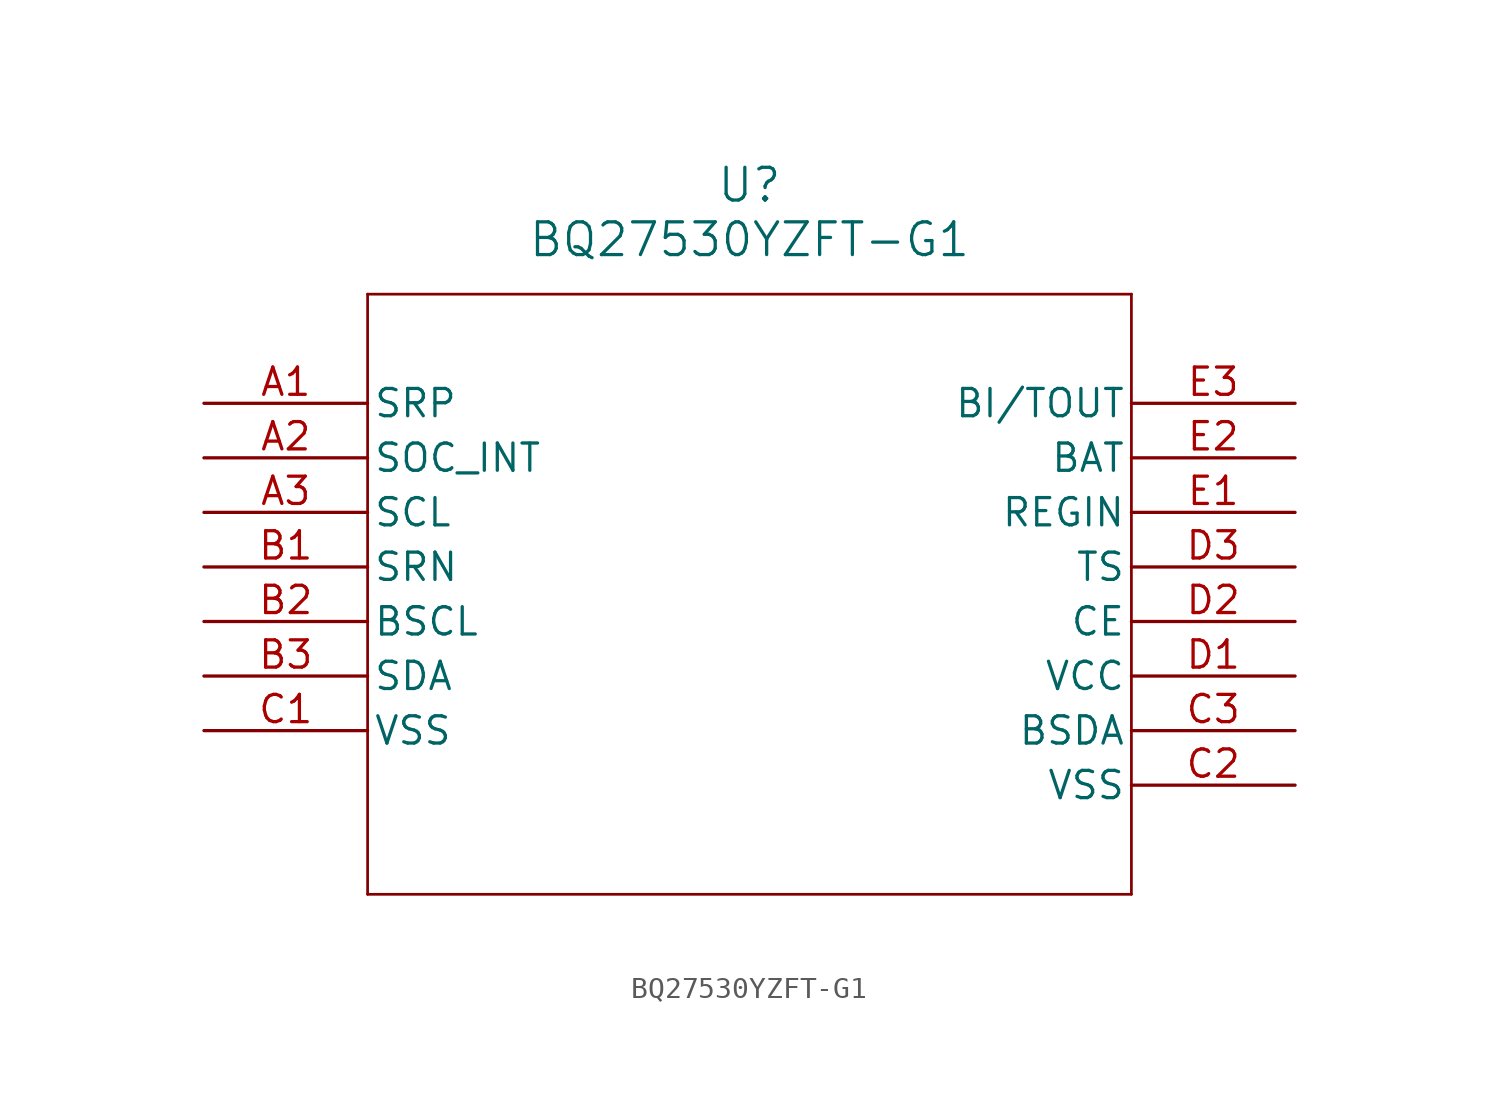
<source format=kicad_sym>
(kicad_symbol_lib
  (version 20211014)
  (generator kicad_symbol_editor)
  (symbol "BQ27530YZFT-G1"
    (pin_names
      (offset 0.254))
    (property "Reference" "U"
      (at 25.4 10.16 0)
      (effects (font (size 1.524 1.524))))
    (property "Value" "BQ27530YZFT-G1"
      (at 25.4 7.62 0)
      (effects (font (size 1.524 1.524))))
    (symbol "BQ27530YZFT-G1_0_1"
      (polyline (pts (xy 7.62 5.08) (xy 7.62 -22.86)) (stroke (width 0.127) (type default) (color 0 0 0 0)) (fill (type none)))
      (polyline (pts (xy 7.62 -22.86) (xy 43.18 -22.86)) (stroke (width 0.127) (type default) (color 0 0 0 0)) (fill (type none)))
      (polyline (pts (xy 43.18 -22.86) (xy 43.18 5.08)) (stroke (width 0.127) (type default) (color 0 0 0 0)) (fill (type none)))
      (polyline (pts (xy 43.18 5.08) (xy 7.62 5.08)) (stroke (width 0.127) (type default) (color 0 0 0 0)) (fill (type none)))
      (pin input line (at 0 0 0) (length 7.62) (name "SRP" (effects (font (size 1.27 1.27)))) (number "A1" (effects (font (size 1.27 1.27)))))
      (pin bidirectional line (at 0 -2.54 0) (length 7.62) (name "SOC_INT" (effects (font (size 1.27 1.27)))) (number "A2" (effects (font (size 1.27 1.27)))))
      (pin input line (at 0 -5.08 0) (length 7.62) (name "SCL" (effects (font (size 1.27 1.27)))) (number "A3" (effects (font (size 1.27 1.27)))))
      (pin input line (at 0 -7.62 0) (length 7.62) (name "SRN" (effects (font (size 1.27 1.27)))) (number "B1" (effects (font (size 1.27 1.27)))))
      (pin output line (at 0 -10.16 0) (length 7.62) (name "BSCL" (effects (font (size 1.27 1.27)))) (number "B2" (effects (font (size 1.27 1.27)))))
      (pin bidirectional line (at 0 -12.7 0) (length 7.62) (name "SDA" (effects (font (size 1.27 1.27)))) (number "B3" (effects (font (size 1.27 1.27)))))
      (pin power_in line (at 0 -15.24 0) (length 7.62) (name "VSS" (effects (font (size 1.27 1.27)))) (number "C1" (effects (font (size 1.27 1.27)))))
      (pin power_in line (at 50.8 -17.78 180) (length 7.62) (name "VSS" (effects (font (size 1.27 1.27)))) (number "C2" (effects (font (size 1.27 1.27)))))
      (pin bidirectional line (at 50.8 -15.24 180) (length 7.62) (name "BSDA" (effects (font (size 1.27 1.27)))) (number "C3" (effects (font (size 1.27 1.27)))))
      (pin power_in line (at 50.8 -12.7 180) (length 7.62) (name "VCC" (effects (font (size 1.27 1.27)))) (number "D1" (effects (font (size 1.27 1.27)))))
      (pin input line (at 50.8 -10.16 180) (length 7.62) (name "CE" (effects (font (size 1.27 1.27)))) (number "D2" (effects (font (size 1.27 1.27)))))
      (pin input line (at 50.8 -7.62 180) (length 7.62) (name "TS" (effects (font (size 1.27 1.27)))) (number "D3" (effects (font (size 1.27 1.27)))))
      (pin input line (at 50.8 -5.08 180) (length 7.62) (name "REGIN" (effects (font (size 1.27 1.27)))) (number "E1" (effects (font (size 1.27 1.27)))))
      (pin input line (at 50.8 -2.54 180) (length 7.62) (name "BAT" (effects (font (size 1.27 1.27)))) (number "E2" (effects (font (size 1.27 1.27)))))
      (pin bidirectional line (at 50.8 0 180) (length 7.62) (name "BI/TOUT" (effects (font (size 1.27 1.27)))) (number "E3" (effects (font (size 1.27 1.27))))))))
</source>
